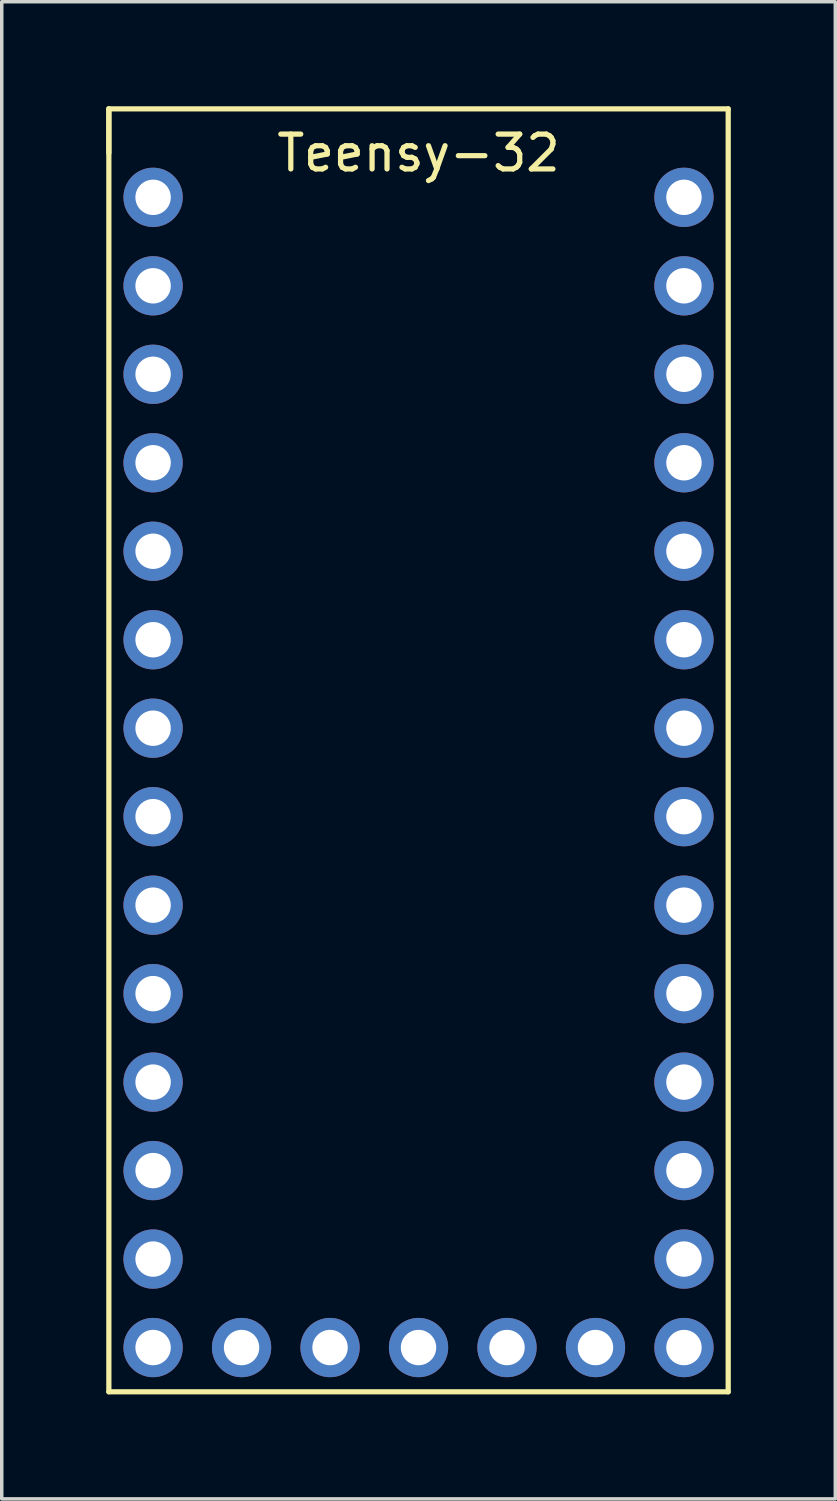
<source format=kicad_pcb>
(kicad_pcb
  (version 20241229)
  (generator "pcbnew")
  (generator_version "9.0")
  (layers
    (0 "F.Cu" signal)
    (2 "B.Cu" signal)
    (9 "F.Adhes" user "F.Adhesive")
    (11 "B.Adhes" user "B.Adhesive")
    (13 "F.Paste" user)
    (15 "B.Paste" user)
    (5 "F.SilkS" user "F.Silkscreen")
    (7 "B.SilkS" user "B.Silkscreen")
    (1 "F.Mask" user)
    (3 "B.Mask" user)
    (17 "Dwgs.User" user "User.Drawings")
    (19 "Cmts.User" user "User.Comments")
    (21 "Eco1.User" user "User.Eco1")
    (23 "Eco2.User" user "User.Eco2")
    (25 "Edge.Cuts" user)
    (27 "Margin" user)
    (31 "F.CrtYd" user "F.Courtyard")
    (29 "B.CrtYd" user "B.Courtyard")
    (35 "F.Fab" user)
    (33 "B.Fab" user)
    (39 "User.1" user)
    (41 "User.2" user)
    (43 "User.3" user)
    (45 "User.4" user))
  (footprint "Teensy-32"
    (layer "F.Cu")
    (at 8.965 17.855)
    (property "Reference" "Teensy-32" (at 0 -16.51 0) (layer "F.SilkS") (effects (font (size 1 1) (thickness 0.15))))
    (attr through_hole)
    (fp_line (start -8.89 -17.78) (end -8.89 -16.51) (stroke (width 0.15) (type solid)) (layer "F.SilkS"))
    (fp_line (start -8.89 -17.78) (end -8.89 19.05) (stroke (width 0.15) (type solid)) (layer "F.SilkS"))
    (fp_line (start -8.89 19.05) (end 8.89 19.05) (stroke (width 0.15) (type solid)) (layer "F.SilkS"))
    (fp_line (start 8.89 -17.78) (end -8.89 -17.78) (stroke (width 0.15) (type solid)) (layer "F.SilkS"))
    (fp_line (start 8.89 19.05) (end 8.89 -17.78) (stroke (width 0.15) (type solid)) (layer "F.SilkS"))
    (pad "0" thru_hole circle (at 7.62 -12.7) (size 1.702 1.702) (drill 1.016) (layers "*.Cu" "*.Mask"))
    (pad "1" thru_hole circle (at 7.62 -10.16) (size 1.702 1.702) (drill 1.016) (layers "*.Cu" "*.Mask"))
    (pad "2" thru_hole circle (at 7.62 -7.62) (size 1.702 1.702) (drill 1.016) (layers "*.Cu" "*.Mask"))
    (pad "3" thru_hole circle (at 7.62 -5.08) (size 1.702 1.702) (drill 1.016) (layers "*.Cu" "*.Mask"))
    (pad "4" thru_hole circle (at 7.62 -2.54) (size 1.702 1.702) (drill 1.016) (layers "*.Cu" "*.Mask"))
    (pad "5" thru_hole circle (at 7.62 0) (size 1.702 1.702) (drill 1.016) (layers "*.Cu" "*.Mask"))
    (pad "6" thru_hole circle (at 7.62 2.54) (size 1.702 1.702) (drill 1.016) (layers "*.Cu" "*.Mask"))
    (pad "7" thru_hole circle (at 7.62 5.08) (size 1.702 1.702) (drill 1.016) (layers "*.Cu" "*.Mask"))
    (pad "8" thru_hole circle (at 7.62 7.62) (size 1.702 1.702) (drill 1.016) (layers "*.Cu" "*.Mask"))
    (pad "9" thru_hole circle (at 7.62 10.16) (size 1.702 1.702) (drill 1.016) (layers "*.Cu" "*.Mask"))
    (pad "10" thru_hole circle (at 7.62 12.7) (size 1.702 1.702) (drill 1.016) (layers "*.Cu" "*.Mask"))
    (pad "11" thru_hole circle (at 7.62 15.24) (size 1.702 1.702) (drill 1.016) (layers "*.Cu" "*.Mask"))
    (pad "12" thru_hole circle (at 7.62 17.78) (size 1.702 1.702) (drill 1.016) (layers "*.Cu" "*.Mask"))
    (pad "13" thru_hole circle (at -7.62 17.78) (size 1.702 1.702) (drill 1.016) (layers "*.Cu" "*.Mask"))
    (pad "14" thru_hole circle (at -7.62 15.24) (size 1.702 1.702) (drill 1.016) (layers "*.Cu" "*.Mask"))
    (pad "15" thru_hole circle (at -7.62 12.7) (size 1.702 1.702) (drill 1.016) (layers "*.Cu" "*.Mask"))
    (pad "16" thru_hole circle (at -7.62 10.16) (size 1.702 1.702) (drill 1.016) (layers "*.Cu" "*.Mask"))
    (pad "17" thru_hole circle (at -7.62 7.62) (size 1.702 1.702) (drill 1.016) (layers "*.Cu" "*.Mask"))
    (pad "18" thru_hole circle (at -7.62 5.08) (size 1.702 1.702) (drill 1.016) (layers "*.Cu" "*.Mask"))
    (pad "19" thru_hole circle (at -7.62 2.54) (size 1.702 1.702) (drill 1.016) (layers "*.Cu" "*.Mask"))
    (pad "20" thru_hole circle (at -7.62 0) (size 1.702 1.702) (drill 1.016) (layers "*.Cu" "*.Mask"))
    (pad "21" thru_hole circle (at -7.62 -2.54) (size 1.702 1.702) (drill 1.016) (layers "*.Cu" "*.Mask"))
    (pad "22" thru_hole circle (at -7.62 -5.08) (size 1.702 1.702) (drill 1.016) (layers "*.Cu" "*.Mask"))
    (pad "23" thru_hole circle (at -7.62 -7.62) (size 1.702 1.702) (drill 1.016) (layers "*.Cu" "*.Mask"))
    (pad "24" thru_hole circle (at -7.62 -10.16) (size 1.702 1.702) (drill 1.016) (layers "*.Cu" "*.Mask"))
    (pad "25" thru_hole circle (at -7.62 -12.7) (size 1.702 1.702) (drill 1.016) (layers "*.Cu" "*.Mask"))
    (pad "26" thru_hole circle (at -7.62 -15.24) (size 1.702 1.702) (drill 1.016) (layers "*.Cu" "*.Mask"))
    (pad "27" thru_hole circle (at 7.62 -15.24) (size 1.702 1.702) (drill 1.016) (layers "*.Cu" "*.Mask"))
    (pad "28" thru_hole circle (at 5.08 17.78) (size 1.702 1.702) (drill 1.016) (layers "*.Cu" "*.Mask"))
    (pad "29" thru_hole circle (at 2.54 17.78) (size 1.702 1.702) (drill 1.016) (layers "*.Cu" "*.Mask"))
    (pad "30" thru_hole circle (at 0 17.78) (size 1.702 1.702) (drill 1.016) (layers "*.Cu" "*.Mask"))
    (pad "31" thru_hole circle (at -2.54 17.78) (size 1.702 1.702) (drill 1.016) (layers "*.Cu" "*.Mask"))
    (pad "32" thru_hole circle (at -5.08 17.78) (size 1.702 1.702) (drill 1.016) (layers "*.Cu" "*.Mask")))
  (gr_rect
    (start -3 -3)
    (end 20.93 39.98)
    (stroke (width 0.1) (type default))
    (fill no)
    (layer "Edge.Cuts")))
</source>
